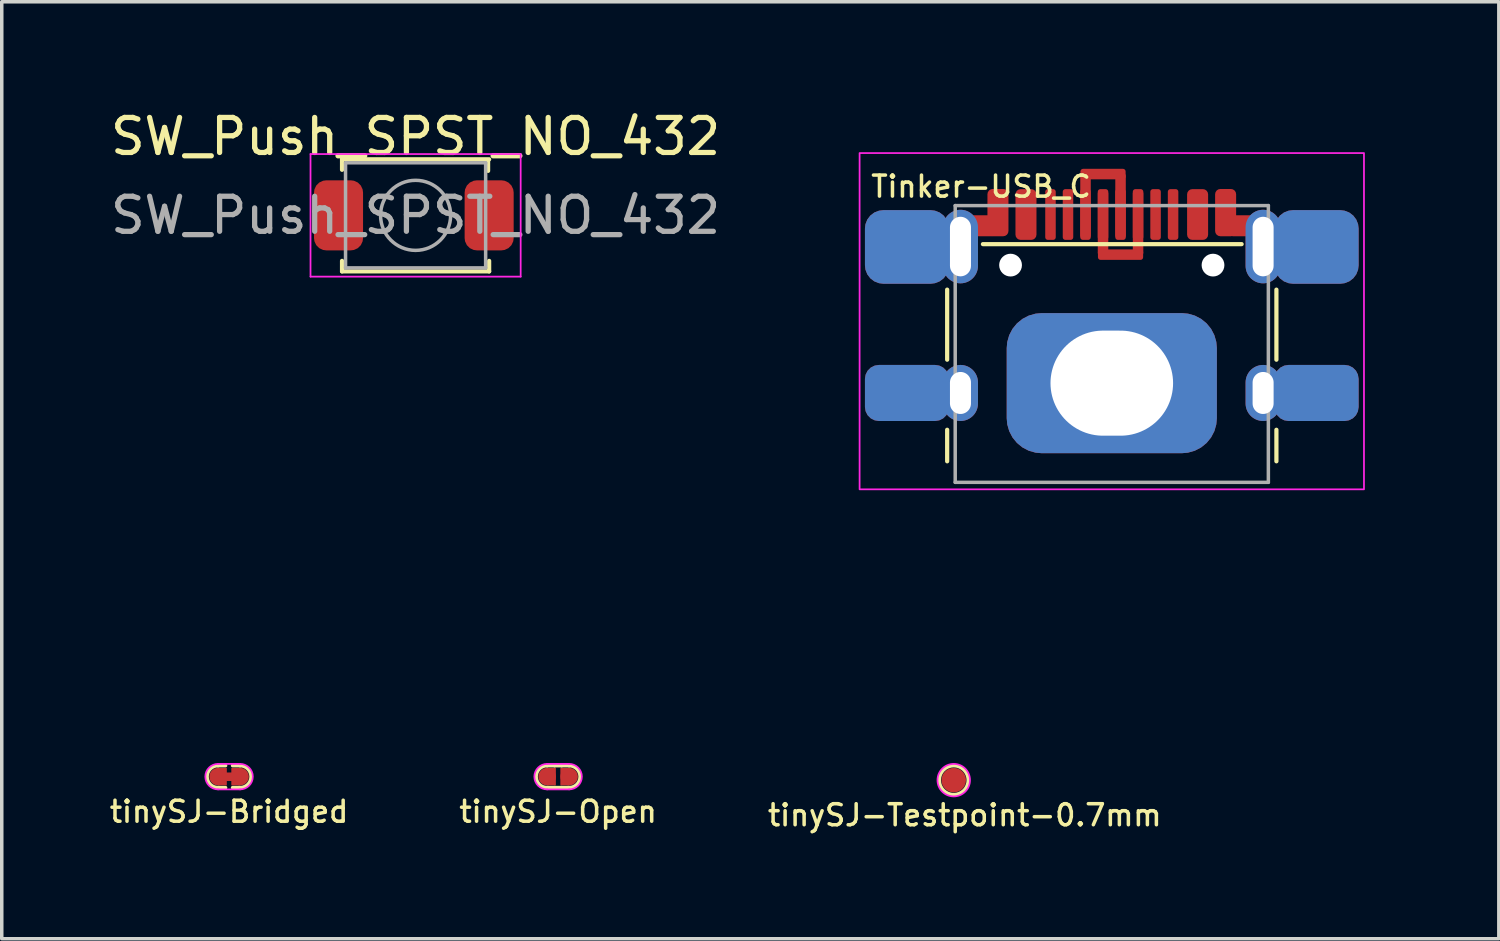
<source format=kicad_pcb>
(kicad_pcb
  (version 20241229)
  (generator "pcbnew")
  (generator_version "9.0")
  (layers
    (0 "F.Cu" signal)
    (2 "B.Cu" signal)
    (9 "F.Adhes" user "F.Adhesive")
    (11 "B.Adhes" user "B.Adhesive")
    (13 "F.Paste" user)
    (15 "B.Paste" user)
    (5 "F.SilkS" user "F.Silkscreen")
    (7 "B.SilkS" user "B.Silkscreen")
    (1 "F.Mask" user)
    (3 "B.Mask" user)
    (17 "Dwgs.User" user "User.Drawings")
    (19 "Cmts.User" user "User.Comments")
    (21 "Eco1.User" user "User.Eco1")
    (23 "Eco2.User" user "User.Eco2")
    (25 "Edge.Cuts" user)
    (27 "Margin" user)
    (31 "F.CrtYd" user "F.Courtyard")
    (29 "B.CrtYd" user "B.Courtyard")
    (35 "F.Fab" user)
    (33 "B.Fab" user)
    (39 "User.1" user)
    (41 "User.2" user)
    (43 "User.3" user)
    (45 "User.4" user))
  (footprint "SW_Push_SPST_NO_432"
    (layer "F.Cu")
    (at 8.815 3.098)
    (property "Reference" "SW_Push_SPST_NO_432" (at 0 -2.25 0) (layer "F.SilkS") (effects (font (size 1 1) (thickness 0.15))))
    (attr smd)
    (fp_line (start -2.1 -1.6) (end 2.1 -1.6) (stroke (width 0.12) (type solid)) (layer "F.SilkS"))
    (fp_line (start -2.1 -1.3) (end -2.1 -1.6) (stroke (width 0.12) (type solid)) (layer "F.SilkS"))
    (fp_line (start -2.1 1.6) (end -2.1 1.3) (stroke (width 0.12) (type solid)) (layer "F.SilkS"))
    (fp_line (start 2.07 -1.57) (end 2.07 -1.27) (stroke (width 0.12) (type solid)) (layer "F.SilkS"))
    (fp_line (start 2.1 1.3) (end 2.1 1.6) (stroke (width 0.12) (type solid)) (layer "F.SilkS"))
    (fp_line (start 2.1 1.6) (end -2.1 1.6) (stroke (width 0.12) (type solid)) (layer "F.SilkS"))
    (fp_line (start -3 -1.75) (end 3 -1.75) (stroke (width 0.05) (type solid)) (layer "F.CrtYd"))
    (fp_line (start -3 1.75) (end -3 -1.75) (stroke (width 0.05) (type solid)) (layer "F.CrtYd"))
    (fp_line (start 3 -1.75) (end 3 1.75) (stroke (width 0.05) (type solid)) (layer "F.CrtYd"))
    (fp_line (start 3 1.75) (end -3 1.75) (stroke (width 0.05) (type solid)) (layer "F.CrtYd"))
    (fp_line (start -2 -1.5) (end 2 -1.5) (stroke (width 0.1) (type solid)) (layer "F.Fab"))
    (fp_line (start -2 1.5) (end -2 -1.5) (stroke (width 0.1) (type solid)) (layer "F.Fab"))
    (fp_line (start 2 -1.5) (end 2 1.5) (stroke (width 0.1) (type solid)) (layer "F.Fab"))
    (fp_line (start 2 1.5) (end -2 1.5) (stroke (width 0.1) (type solid)) (layer "F.Fab"))
    (fp_circle (center 0 0) (end 1 0) (stroke (width 0.1) (type solid)) (fill no) (layer "F.Fab"))
    (fp_text user "${REFERENCE}" (at 0 0 0) (layer "F.Fab") (effects (font (size 1 1) (thickness 0.15))))
    (pad "1" smd roundrect (at -2.2 0) (size 1.4 2) (layers "F.Cu" "F.Mask" "F.Paste") (roundrect_rratio 0.25))
    (pad "2" smd roundrect (at 2.1 0) (size 1.4 2) (layers "F.Cu" "F.Mask" "F.Paste") (roundrect_rratio 0.25)))
  (footprint "tinySJ-Open"
    (layer "F.Cu")
    (at 12.884 19.123)
    (property "Reference" "tinySJ-Open" (at 0 1 0) (layer "F.SilkS") (effects (font (size 0.6 0.6) (thickness 0.1))))
    (attr exclude_from_pos_files exclude_from_bom)
    (fp_line (start -0.314 -0.314) (end -0.1 -0.314) (stroke (width 0.1) (type solid)) (layer "F.SilkS"))
    (fp_line (start -0.1 -0.314) (end 0.1 -0.314) (stroke (width 0.1) (type solid)) (layer "F.SilkS"))
    (fp_line (start -0.1 0.314) (end -0.314 0.314) (stroke (width 0.1) (type solid)) (layer "F.SilkS"))
    (fp_line (start -0.1 0.314) (end 0.1 0.314) (stroke (width 0.1) (type solid)) (layer "F.SilkS"))
    (fp_line (start 0.1 -0.314) (end 0.314 -0.314) (stroke (width 0.1) (type solid)) (layer "F.SilkS"))
    (fp_line (start 0.314 0.314) (end 0.1 0.314) (stroke (width 0.1) (type solid)) (layer "F.SilkS"))
    (fp_arc (start -0.314 0.314) (mid -0.628 0) (end -0.314 -0.314) (stroke (width 0.1) (type solid)) (layer "F.SilkS"))
    (fp_arc (start 0.314 -0.314) (mid 0.628 0) (end 0.314 0.314) (stroke (width 0.1) (type solid)) (layer "F.SilkS"))
    (fp_line (start -0.314 -0.364) (end 0.314 -0.364) (stroke (width 0.05) (type solid)) (layer "F.CrtYd"))
    (fp_line (start 0.314 0.364) (end -0.314 0.364) (stroke (width 0.05) (type solid)) (layer "F.CrtYd"))
    (fp_arc (start -0.314 0.364) (mid -0.678 0) (end -0.314 -0.364) (stroke (width 0.05) (type solid)) (layer "F.CrtYd"))
    (fp_arc (start 0.314 -0.364) (mid 0.678 0) (end 0.314 0.364) (stroke (width 0.05) (type solid)) (layer "F.CrtYd"))
    (pad "1" smd circle (at -0.314 0) (size 0.5 0.5) (layers "F.Cu" "F.Mask"))
    (pad "1" smd rect (at -0.189 0) (size 0.25 0.5) (layers "F.Cu" "F.Mask"))
    (pad "2" smd rect (at 0.189 0) (size 0.25 0.5) (layers "F.Cu" "F.Mask"))
    (pad "2" smd circle (at 0.314 0) (size 0.5 0.5) (layers "F.Cu" "F.Mask")))
  (footprint "tinySJ-Testpoint-0.7mm"
    (layer "F.Cu")
    (at 24.179 19.223)
    (property "Reference" "tinySJ-Testpoint-0.7mm" (at 0.314 1 0) (layer "F.SilkS") (effects (font (size 0.6 0.6) (thickness 0.1))))
    (attr smd exclude_from_pos_files exclude_from_bom)
    (fp_circle (center 0 0) (end 0.414 0) (stroke (width 0.1) (type default)) (fill no) (layer "F.SilkS"))
    (fp_circle (center 0 0) (end 0.464 0) (stroke (width 0.05) (type default)) (fill no) (layer "F.CrtYd"))
    (pad "1" smd circle (at 0 0) (size 0.7 0.7) (layers "F.Cu" "F.Mask")))
  (footprint "Tinker-USB_C"
    (layer "F.Cu")
    (at 28.691 10.22)
    (property "Reference" "Tinker-USB_C" (at -6.927 -7.944 0) (layer "F.SilkS") (effects (font (size 0.6 0.6) (thickness 0.1)) (justify left)))
    (attr smd)
    (fp_line (start -4.7 -5.001) (end -4.7 -3.001) (stroke (width 0.12) (type solid)) (layer "F.SilkS"))
    (fp_line (start -4.7 -1) (end -4.7 -0.1) (stroke (width 0.12) (type solid)) (layer "F.SilkS"))
    (fp_line (start 3.707 -6.3) (end -3.679 -6.3) (stroke (width 0.12) (type solid)) (layer "F.SilkS"))
    (fp_line (start 4.7 -5.001) (end 4.7 -3.001) (stroke (width 0.12) (type solid)) (layer "F.SilkS"))
    (fp_line (start 4.7 -1) (end 4.7 -0.1) (stroke (width 0.12) (type solid)) (layer "F.SilkS"))
    (fp_rect (start -7.2 -8.9) (end 7.2 0.7) (stroke (width 0.05) (type solid)) (fill no) (layer "F.CrtYd"))
    (fp_line (start -4.47 -7.4) (end -4.47 0.5) (stroke (width 0.1) (type solid)) (layer "F.Fab"))
    (fp_line (start -4.47 -7.4) (end 4.47 -7.4) (stroke (width 0.1) (type solid)) (layer "F.Fab"))
    (fp_line (start -4.47 0.5) (end 4.47 0.5) (stroke (width 0.1) (type solid)) (layer "F.Fab"))
    (fp_line (start 4.47 -7.4) (end 4.47 0.5) (stroke (width 0.1) (type solid)) (layer "F.Fab"))
    (fp_line (start -8 0) (end -3 5) (stroke (width 0.12) (type solid)) (layer "User.1"))
    (fp_line (start -8 0) (end 8 0) (stroke (width 0.1) (type solid)) (layer "User.1"))
    (fp_line (start 0 5.08) (end 0 -10.16) (stroke (width 0.12) (type solid)) (layer "User.1"))
    (fp_text user "CL" (at 0 3.24 270) (unlocked yes) (layer "User.1") (effects (font (size 0.6 0.6) (thickness 0.1))))
    (fp_text user "Board Edge" (at -5.5 3.24 315) (unlocked yes) (layer "User.1") (effects (font (size 0.6 0.6) (thickness 0.1))))
    (pad "1" thru_hole circle (at -2.89 -5.701) (size 1.25 1.25) (drill 0.65) (layers "*.Cu") (remove_unused_layers yes) (zone_layer_connections))
    (pad "1" smd roundrect (at -2.45 -7.146) (size 0.6 1.45) (layers "F.Cu" "F.Mask" "F.Paste") (roundrect_rratio 0.25))
    (pad "1" smd roundrect (at 2.45 -7.146) (size 0.6 1.45) (layers "F.Cu" "F.Mask" "F.Paste") (roundrect_rratio 0.25))
    (pad "1" thru_hole circle (at 2.89 -5.701) (size 1.25 1.25) (drill 0.65) (layers "*.Cu") (remove_unused_layers yes) (zone_layer_connections))
    (pad "2" smd roundrect (at -0.75 -7.4) (size 0.3 1.85) (layers "F.Cu") (roundrect_rratio 0.25))
    (pad "2" smd roundrect (at -0.75 -7.146) (size 0.3 1.45) (layers "F.Cu" "F.Mask" "F.Paste") (roundrect_rratio 0.25))
    (pad "2" smd roundrect (at -0.25 -8.3 90) (size 0.3 1.29) (layers "F.Cu" "F.Paste") (roundrect_rratio 0.25))
    (pad "2" smd roundrect (at 0.25 -7.4) (size 0.3 1.85) (layers "F.Cu") (roundrect_rratio 0.25))
    (pad "2" smd roundrect (at 0.25 -7.146) (size 0.3 1.45) (layers "F.Cu" "F.Mask" "F.Paste") (roundrect_rratio 0.25))
    (pad "3" smd roundrect (at -0.25 -7.146) (size 0.3 1.45) (layers "F.Cu" "F.Mask" "F.Paste") (roundrect_rratio 0.25))
    (pad "3" smd roundrect (at -0.25 -6.9) (size 0.3 1.85) (layers "F.Cu") (roundrect_rratio 0.25))
    (pad "3" smd roundrect (at 0.25 -6 90) (size 0.3 1.29) (layers "F.Cu" "F.Paste") (roundrect_rratio 0.25))
    (pad "3" smd roundrect (at 0.75 -7.146) (size 0.3 1.45) (layers "F.Cu" "F.Mask" "F.Paste") (roundrect_rratio 0.25))
    (pad "3" smd roundrect (at 0.75 -6.9) (size 0.3 1.85) (layers "F.Cu") (roundrect_rratio 0.25))
    (pad "4" smd roundrect (at -3.679 -6.825) (size 0.8 0.6) (layers "F.Cu" "F.Paste") (roundrect_rratio 0.25))
    (pad "4" smd roundrect (at -3.25 -7.2) (size 0.6 1.35) (layers "F.Cu" "F.Mask" "F.Paste") (roundrect_rratio 0.25))
    (pad "4" smd roundrect (at 3.25 -7.2) (size 0.6 1.35) (layers "F.Cu" "F.Mask" "F.Paste") (roundrect_rratio 0.25))
    (pad "4" smd roundrect (at 3.707 -6.825) (size 0.8 0.6) (layers "F.Cu" "F.Paste") (roundrect_rratio 0.25))
    (pad "5" smd roundrect (at -5.847 -6.22) (size 2.4 2.1) (layers "F.Cu" "F.Mask" "F.Paste") (roundrect_rratio 0.25))
    (pad "5" smd roundrect (at -5.847 -6.22) (size 2.4 2.1) (layers "B.Cu" "B.Mask" "B.Paste") (roundrect_rratio 0.25))
    (pad "5" smd roundrect (at -5.847 -2.051) (size 2.4 1.6) (layers "F.Cu" "F.Mask" "F.Paste") (roundrect_rratio 0.25))
    (pad "5" smd roundrect (at -5.847 -2.051) (size 2.4 1.6) (layers "B.Cu" "B.Mask" "B.Paste") (roundrect_rratio 0.25))
    (pad "5" thru_hole oval (at -4.32 -6.231) (size 1 2.1) (drill oval 0.6 1.7) (layers "*.Cu" "*.Mask"))
    (pad "5" thru_hole oval (at -4.32 -2.051) (size 1 1.6) (drill oval 0.6 1.2) (layers "*.Cu" "*.Mask"))
    (pad "5" thru_hole roundrect (at 0 -2.331 180) (size 6 4) (drill oval 3.5 3) (layers "*.Cu" "*.Mask") (roundrect_rratio 0.25))
    (pad "5" thru_hole oval (at 4.32 -6.231) (size 1 2.1) (drill oval 0.6 1.7) (layers "*.Cu" "*.Mask"))
    (pad "5" thru_hole oval (at 4.32 -2.051) (size 1 1.6) (drill oval 0.6 1.2) (layers "*.Cu" "*.Mask"))
    (pad "5" smd roundrect (at 5.847 -6.22) (size 2.4 2.1) (layers "F.Cu" "F.Mask" "F.Paste") (roundrect_rratio 0.25))
    (pad "5" smd roundrect (at 5.847 -6.22) (size 2.4 2.1) (layers "B.Cu" "B.Mask" "B.Paste") (roundrect_rratio 0.25))
    (pad "5" smd roundrect (at 5.847 -2.051) (size 2.4 1.6) (layers "F.Cu" "F.Mask" "F.Paste") (roundrect_rratio 0.25))
    (pad "5" smd roundrect (at 5.847 -2.051) (size 2.4 1.6) (layers "B.Cu" "B.Mask" "B.Paste") (roundrect_rratio 0.25))
    (pad "A5" smd roundrect (at -1.25 -7.146) (size 0.3 1.45) (layers "F.Cu" "F.Mask" "F.Paste") (roundrect_rratio 0.25))
    (pad "A8" smd roundrect (at 1.25 -7.146) (size 0.3 1.45) (layers "F.Cu" "F.Mask" "F.Paste") (roundrect_rratio 0.25))
    (pad "B5" smd roundrect (at 1.75 -7.146) (size 0.3 1.45) (layers "F.Cu" "F.Mask" "F.Paste") (roundrect_rratio 0.25))
    (pad "B8" smd roundrect (at -1.75 -7.146) (size 0.3 1.45) (layers "F.Cu" "F.Mask" "F.Paste") (roundrect_rratio 0.25)))
  (footprint "tinySJ-Bridged"
    (layer "F.Cu")
    (at 3.49 19.123)
    (property "Reference" "tinySJ-Bridged" (at 0 1 0) (layer "F.SilkS") (effects (font (size 0.6 0.6) (thickness 0.1))))
    (attr exclude_from_pos_files exclude_from_bom)
    (fp_poly (pts (xy -0.408 -0.119) (xy 0.434 -0.119) (xy 0.434 0.124) (xy -0.408 0.124)) (stroke (width 0) (type solid)) (fill yes) (layer "F.Cu"))
    (fp_line (start -0.314 -0.314) (end -0.1 -0.314) (stroke (width 0.1) (type solid)) (layer "F.SilkS"))
    (fp_line (start -0.1 0.314) (end -0.314 0.314) (stroke (width 0.1) (type solid)) (layer "F.SilkS"))
    (fp_line (start 0.1 -0.314) (end 0.314 -0.314) (stroke (width 0.1) (type solid)) (layer "F.SilkS"))
    (fp_line (start 0.314 0.314) (end 0.1 0.314) (stroke (width 0.1) (type solid)) (layer "F.SilkS"))
    (fp_arc (start -0.314 0.314) (mid -0.628 0) (end -0.314 -0.314) (stroke (width 0.1) (type solid)) (layer "F.SilkS"))
    (fp_arc (start 0.314 -0.314) (mid 0.628 0) (end 0.314 0.314) (stroke (width 0.1) (type solid)) (layer "F.SilkS"))
    (fp_line (start -0.314 -0.364) (end 0.314 -0.364) (stroke (width 0.05) (type solid)) (layer "F.CrtYd"))
    (fp_line (start 0.314 0.364) (end -0.314 0.364) (stroke (width 0.05) (type solid)) (layer "F.CrtYd"))
    (fp_arc (start -0.314 0.364) (mid -0.678 0) (end -0.314 -0.364) (stroke (width 0.05) (type solid)) (layer "F.CrtYd"))
    (fp_arc (start 0.314 -0.364) (mid 0.678 0) (end 0.314 0.364) (stroke (width 0.05) (type solid)) (layer "F.CrtYd"))
    (pad "1" smd circle (at -0.314 0) (size 0.5 0.5) (layers "F.Cu" "F.Mask"))
    (pad "1" smd rect (at -0.189 0) (size 0.25 0.5) (layers "F.Cu" "F.Mask"))
    (pad "2" smd rect (at 0.189 0) (size 0.25 0.5) (layers "F.Cu" "F.Mask"))
    (pad "2" smd circle (at 0.314 0) (size 0.5 0.5) (layers "F.Cu" "F.Mask")))
  (gr_rect
    (start -3 -3)
    (end 39.741 23.75)
    (stroke (width 0.1) (type default))
    (fill no)
    (layer "Edge.Cuts")))
</source>
